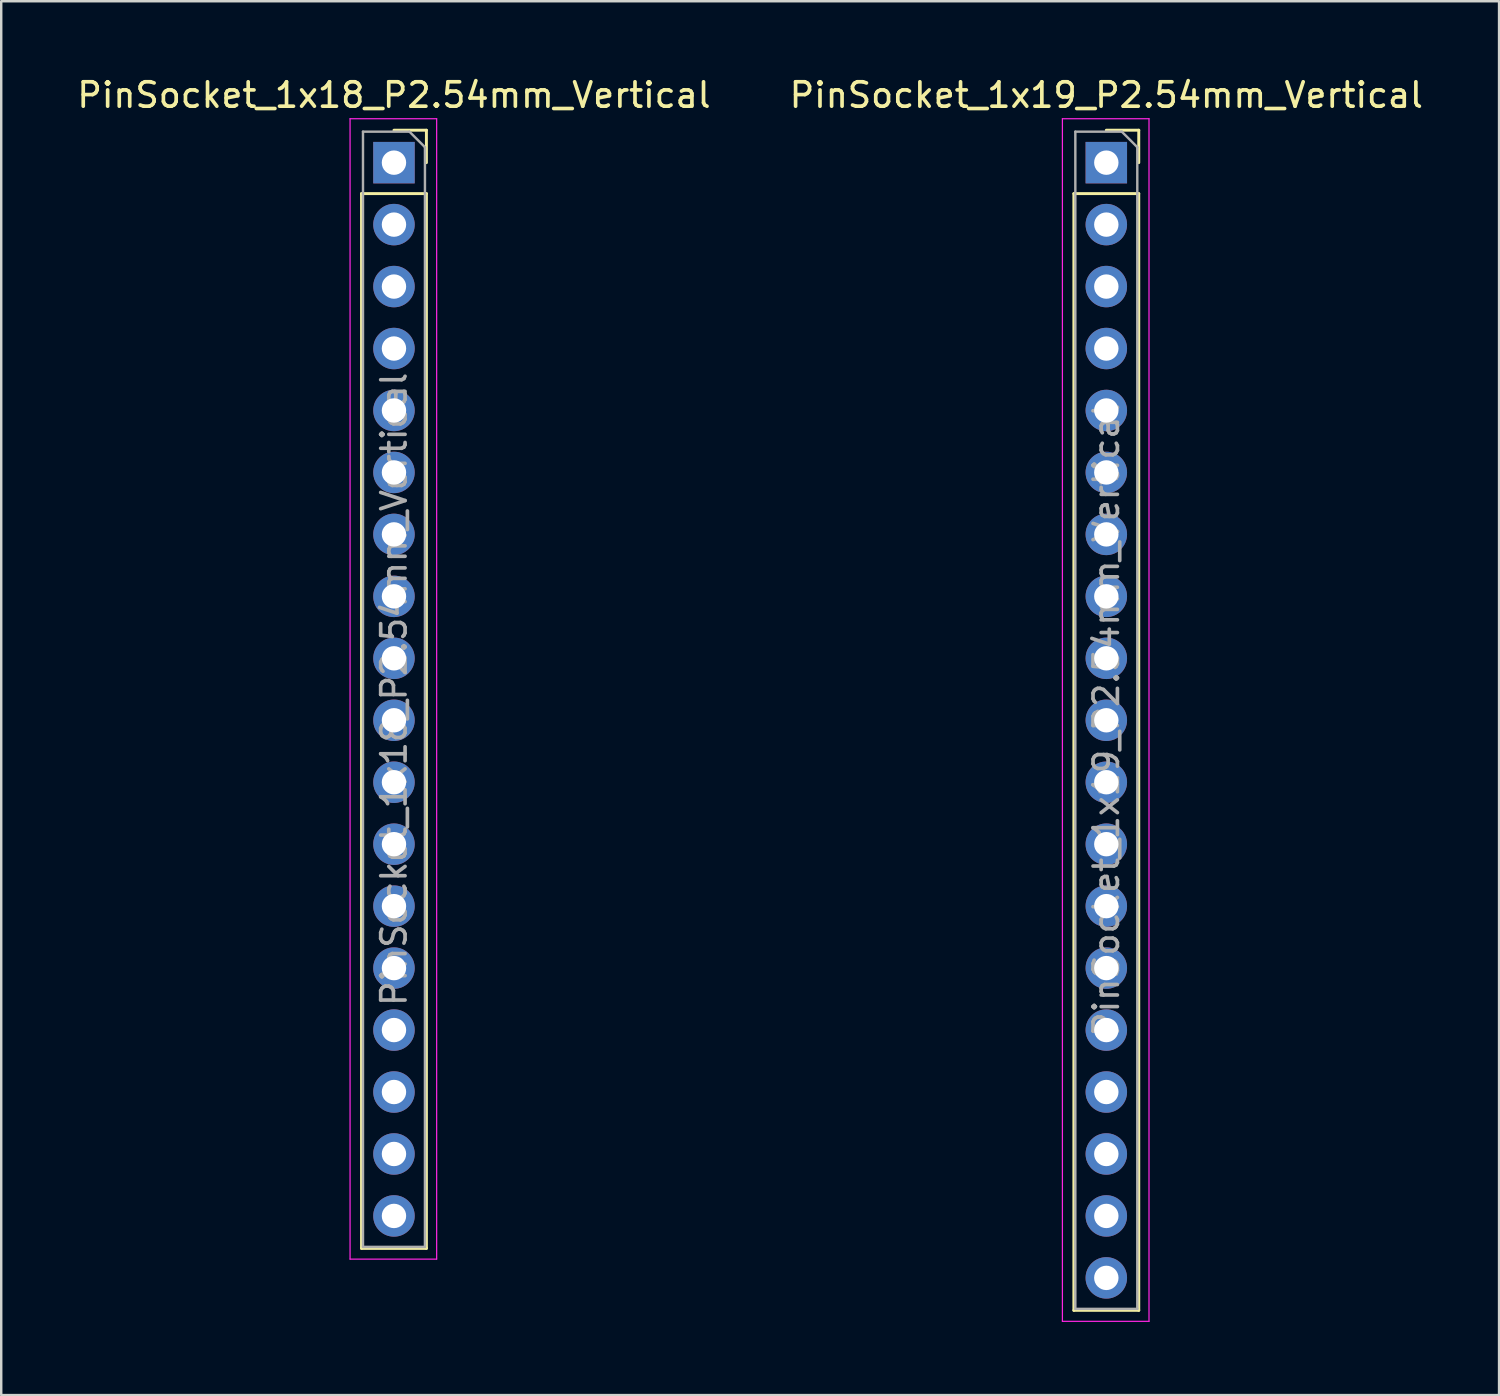
<source format=kicad_pcb>
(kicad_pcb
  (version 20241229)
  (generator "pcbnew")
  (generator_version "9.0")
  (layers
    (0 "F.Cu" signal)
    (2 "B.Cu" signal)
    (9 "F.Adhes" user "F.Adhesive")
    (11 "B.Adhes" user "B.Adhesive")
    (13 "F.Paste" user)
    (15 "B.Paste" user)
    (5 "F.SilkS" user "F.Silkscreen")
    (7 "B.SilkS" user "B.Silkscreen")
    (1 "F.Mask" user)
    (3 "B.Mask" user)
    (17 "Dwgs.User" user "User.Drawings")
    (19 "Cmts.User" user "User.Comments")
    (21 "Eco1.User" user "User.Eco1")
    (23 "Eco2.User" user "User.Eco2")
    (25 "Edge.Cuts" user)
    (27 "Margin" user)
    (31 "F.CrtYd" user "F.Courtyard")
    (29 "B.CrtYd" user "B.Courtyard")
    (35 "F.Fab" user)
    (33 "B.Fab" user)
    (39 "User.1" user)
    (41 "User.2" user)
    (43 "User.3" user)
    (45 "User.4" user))
  (footprint "PinSocket_1x19_P2.54mm_Vertical"
    (layer "F.Cu")
    (at 42.304 3.618)
    (property "Reference" "PinSocket_1x19_P2.54mm_Vertical" (at 0 -2.77 0) (layer "F.SilkS") (effects (font (size 1 1) (thickness 0.15))))
    (attr through_hole)
    (fp_line (start -1.33 1.27) (end -1.33 47.05) (stroke (width 0.12) (type solid)) (layer "F.SilkS"))
    (fp_line (start -1.33 1.27) (end 1.33 1.27) (stroke (width 0.12) (type solid)) (layer "F.SilkS"))
    (fp_line (start -1.33 47.05) (end 1.33 47.05) (stroke (width 0.12) (type solid)) (layer "F.SilkS"))
    (fp_line (start 0 -1.33) (end 1.33 -1.33) (stroke (width 0.12) (type solid)) (layer "F.SilkS"))
    (fp_line (start 1.33 -1.33) (end 1.33 0) (stroke (width 0.12) (type solid)) (layer "F.SilkS"))
    (fp_line (start 1.33 1.27) (end 1.33 47.05) (stroke (width 0.12) (type solid)) (layer "F.SilkS"))
    (fp_line (start -1.8 -1.8) (end 1.75 -1.8) (stroke (width 0.05) (type solid)) (layer "F.CrtYd"))
    (fp_line (start -1.8 47.5) (end -1.8 -1.8) (stroke (width 0.05) (type solid)) (layer "F.CrtYd"))
    (fp_line (start 1.75 -1.8) (end 1.75 47.5) (stroke (width 0.05) (type solid)) (layer "F.CrtYd"))
    (fp_line (start 1.75 47.5) (end -1.8 47.5) (stroke (width 0.05) (type solid)) (layer "F.CrtYd"))
    (fp_line (start -1.27 -1.27) (end 0.635 -1.27) (stroke (width 0.1) (type solid)) (layer "F.Fab"))
    (fp_line (start -1.27 46.99) (end -1.27 -1.27) (stroke (width 0.1) (type solid)) (layer "F.Fab"))
    (fp_line (start 0.635 -1.27) (end 1.27 -0.635) (stroke (width 0.1) (type solid)) (layer "F.Fab"))
    (fp_line (start 1.27 -0.635) (end 1.27 46.99) (stroke (width 0.1) (type solid)) (layer "F.Fab"))
    (fp_line (start 1.27 46.99) (end -1.27 46.99) (stroke (width 0.1) (type solid)) (layer "F.Fab"))
    (fp_text user "${REFERENCE}" (at 0 22.86 90) (layer "F.Fab") (effects (font (size 1 1) (thickness 0.15))))
    (pad "1" thru_hole rect (at 0 0) (size 1.7 1.7) (drill 1) (layers "*.Cu" "*.Mask"))
    (pad "2" thru_hole oval (at 0 2.54) (size 1.7 1.7) (drill 1) (layers "*.Cu" "*.Mask"))
    (pad "3" thru_hole oval (at 0 5.08) (size 1.7 1.7) (drill 1) (layers "*.Cu" "*.Mask"))
    (pad "4" thru_hole oval (at 0 7.62) (size 1.7 1.7) (drill 1) (layers "*.Cu" "*.Mask"))
    (pad "5" thru_hole oval (at 0 10.16) (size 1.7 1.7) (drill 1) (layers "*.Cu" "*.Mask"))
    (pad "6" thru_hole oval (at 0 12.7) (size 1.7 1.7) (drill 1) (layers "*.Cu" "*.Mask"))
    (pad "7" thru_hole oval (at 0 15.24) (size 1.7 1.7) (drill 1) (layers "*.Cu" "*.Mask"))
    (pad "8" thru_hole oval (at 0 17.78) (size 1.7 1.7) (drill 1) (layers "*.Cu" "*.Mask"))
    (pad "9" thru_hole oval (at 0 20.32) (size 1.7 1.7) (drill 1) (layers "*.Cu" "*.Mask"))
    (pad "10" thru_hole oval (at 0 22.86) (size 1.7 1.7) (drill 1) (layers "*.Cu" "*.Mask"))
    (pad "11" thru_hole oval (at 0 25.4) (size 1.7 1.7) (drill 1) (layers "*.Cu" "*.Mask"))
    (pad "12" thru_hole oval (at 0 27.94) (size 1.7 1.7) (drill 1) (layers "*.Cu" "*.Mask"))
    (pad "13" thru_hole oval (at 0 30.48) (size 1.7 1.7) (drill 1) (layers "*.Cu" "*.Mask"))
    (pad "14" thru_hole oval (at 0 33.02) (size 1.7 1.7) (drill 1) (layers "*.Cu" "*.Mask"))
    (pad "15" thru_hole oval (at 0 35.56) (size 1.7 1.7) (drill 1) (layers "*.Cu" "*.Mask"))
    (pad "16" thru_hole oval (at 0 38.1) (size 1.7 1.7) (drill 1) (layers "*.Cu" "*.Mask"))
    (pad "17" thru_hole oval (at 0 40.64) (size 1.7 1.7) (drill 1) (layers "*.Cu" "*.Mask"))
    (pad "18" thru_hole oval (at 0 43.18) (size 1.7 1.7) (drill 1) (layers "*.Cu" "*.Mask"))
    (pad "19" thru_hole oval (at 0 45.72) (size 1.7 1.7) (drill 1) (layers "*.Cu" "*.Mask")))
  (footprint "PinSocket_1x18_P2.54mm_Vertical"
    (layer "F.Cu")
    (at 13.101 3.618)
    (property "Reference" "PinSocket_1x18_P2.54mm_Vertical" (at 0 -2.77 0) (layer "F.SilkS") (effects (font (size 1 1) (thickness 0.15))))
    (attr through_hole)
    (fp_line (start -1.33 1.27) (end -1.33 44.51) (stroke (width 0.12) (type solid)) (layer "F.SilkS"))
    (fp_line (start -1.33 1.27) (end 1.33 1.27) (stroke (width 0.12) (type solid)) (layer "F.SilkS"))
    (fp_line (start -1.33 44.51) (end 1.33 44.51) (stroke (width 0.12) (type solid)) (layer "F.SilkS"))
    (fp_line (start 0 -1.33) (end 1.33 -1.33) (stroke (width 0.12) (type solid)) (layer "F.SilkS"))
    (fp_line (start 1.33 -1.33) (end 1.33 0) (stroke (width 0.12) (type solid)) (layer "F.SilkS"))
    (fp_line (start 1.33 1.27) (end 1.33 44.51) (stroke (width 0.12) (type solid)) (layer "F.SilkS"))
    (fp_line (start -1.8 -1.8) (end 1.75 -1.8) (stroke (width 0.05) (type solid)) (layer "F.CrtYd"))
    (fp_line (start -1.8 44.95) (end -1.8 -1.8) (stroke (width 0.05) (type solid)) (layer "F.CrtYd"))
    (fp_line (start 1.75 -1.8) (end 1.75 44.95) (stroke (width 0.05) (type solid)) (layer "F.CrtYd"))
    (fp_line (start 1.75 44.95) (end -1.8 44.95) (stroke (width 0.05) (type solid)) (layer "F.CrtYd"))
    (fp_line (start -1.27 -1.27) (end 0.635 -1.27) (stroke (width 0.1) (type solid)) (layer "F.Fab"))
    (fp_line (start -1.27 44.45) (end -1.27 -1.27) (stroke (width 0.1) (type solid)) (layer "F.Fab"))
    (fp_line (start 0.635 -1.27) (end 1.27 -0.635) (stroke (width 0.1) (type solid)) (layer "F.Fab"))
    (fp_line (start 1.27 -0.635) (end 1.27 44.45) (stroke (width 0.1) (type solid)) (layer "F.Fab"))
    (fp_line (start 1.27 44.45) (end -1.27 44.45) (stroke (width 0.1) (type solid)) (layer "F.Fab"))
    (fp_text user "${REFERENCE}" (at 0 21.59 90) (layer "F.Fab") (effects (font (size 1 1) (thickness 0.15))))
    (pad "1" thru_hole rect (at 0 0) (size 1.7 1.7) (drill 1) (layers "*.Cu" "*.Mask"))
    (pad "2" thru_hole oval (at 0 2.54) (size 1.7 1.7) (drill 1) (layers "*.Cu" "*.Mask"))
    (pad "3" thru_hole oval (at 0 5.08) (size 1.7 1.7) (drill 1) (layers "*.Cu" "*.Mask"))
    (pad "4" thru_hole oval (at 0 7.62) (size 1.7 1.7) (drill 1) (layers "*.Cu" "*.Mask"))
    (pad "5" thru_hole oval (at 0 10.16) (size 1.7 1.7) (drill 1) (layers "*.Cu" "*.Mask"))
    (pad "6" thru_hole oval (at 0 12.7) (size 1.7 1.7) (drill 1) (layers "*.Cu" "*.Mask"))
    (pad "7" thru_hole oval (at 0 15.24) (size 1.7 1.7) (drill 1) (layers "*.Cu" "*.Mask"))
    (pad "8" thru_hole oval (at 0 17.78) (size 1.7 1.7) (drill 1) (layers "*.Cu" "*.Mask"))
    (pad "9" thru_hole oval (at 0 20.32) (size 1.7 1.7) (drill 1) (layers "*.Cu" "*.Mask"))
    (pad "10" thru_hole oval (at 0 22.86) (size 1.7 1.7) (drill 1) (layers "*.Cu" "*.Mask"))
    (pad "11" thru_hole oval (at 0 25.4) (size 1.7 1.7) (drill 1) (layers "*.Cu" "*.Mask"))
    (pad "12" thru_hole oval (at 0 27.94) (size 1.7 1.7) (drill 1) (layers "*.Cu" "*.Mask"))
    (pad "13" thru_hole oval (at 0 30.48) (size 1.7 1.7) (drill 1) (layers "*.Cu" "*.Mask"))
    (pad "14" thru_hole oval (at 0 33.02) (size 1.7 1.7) (drill 1) (layers "*.Cu" "*.Mask"))
    (pad "15" thru_hole oval (at 0 35.56) (size 1.7 1.7) (drill 1) (layers "*.Cu" "*.Mask"))
    (pad "16" thru_hole oval (at 0 38.1) (size 1.7 1.7) (drill 1) (layers "*.Cu" "*.Mask"))
    (pad "17" thru_hole oval (at 0 40.64) (size 1.7 1.7) (drill 1) (layers "*.Cu" "*.Mask"))
    (pad "18" thru_hole oval (at 0 43.18) (size 1.7 1.7) (drill 1) (layers "*.Cu" "*.Mask")))
  (gr_rect
    (start -3 -3)
    (end 58.405 54.143)
    (stroke (width 0.1) (type default))
    (fill no)
    (layer "Edge.Cuts")))
</source>
